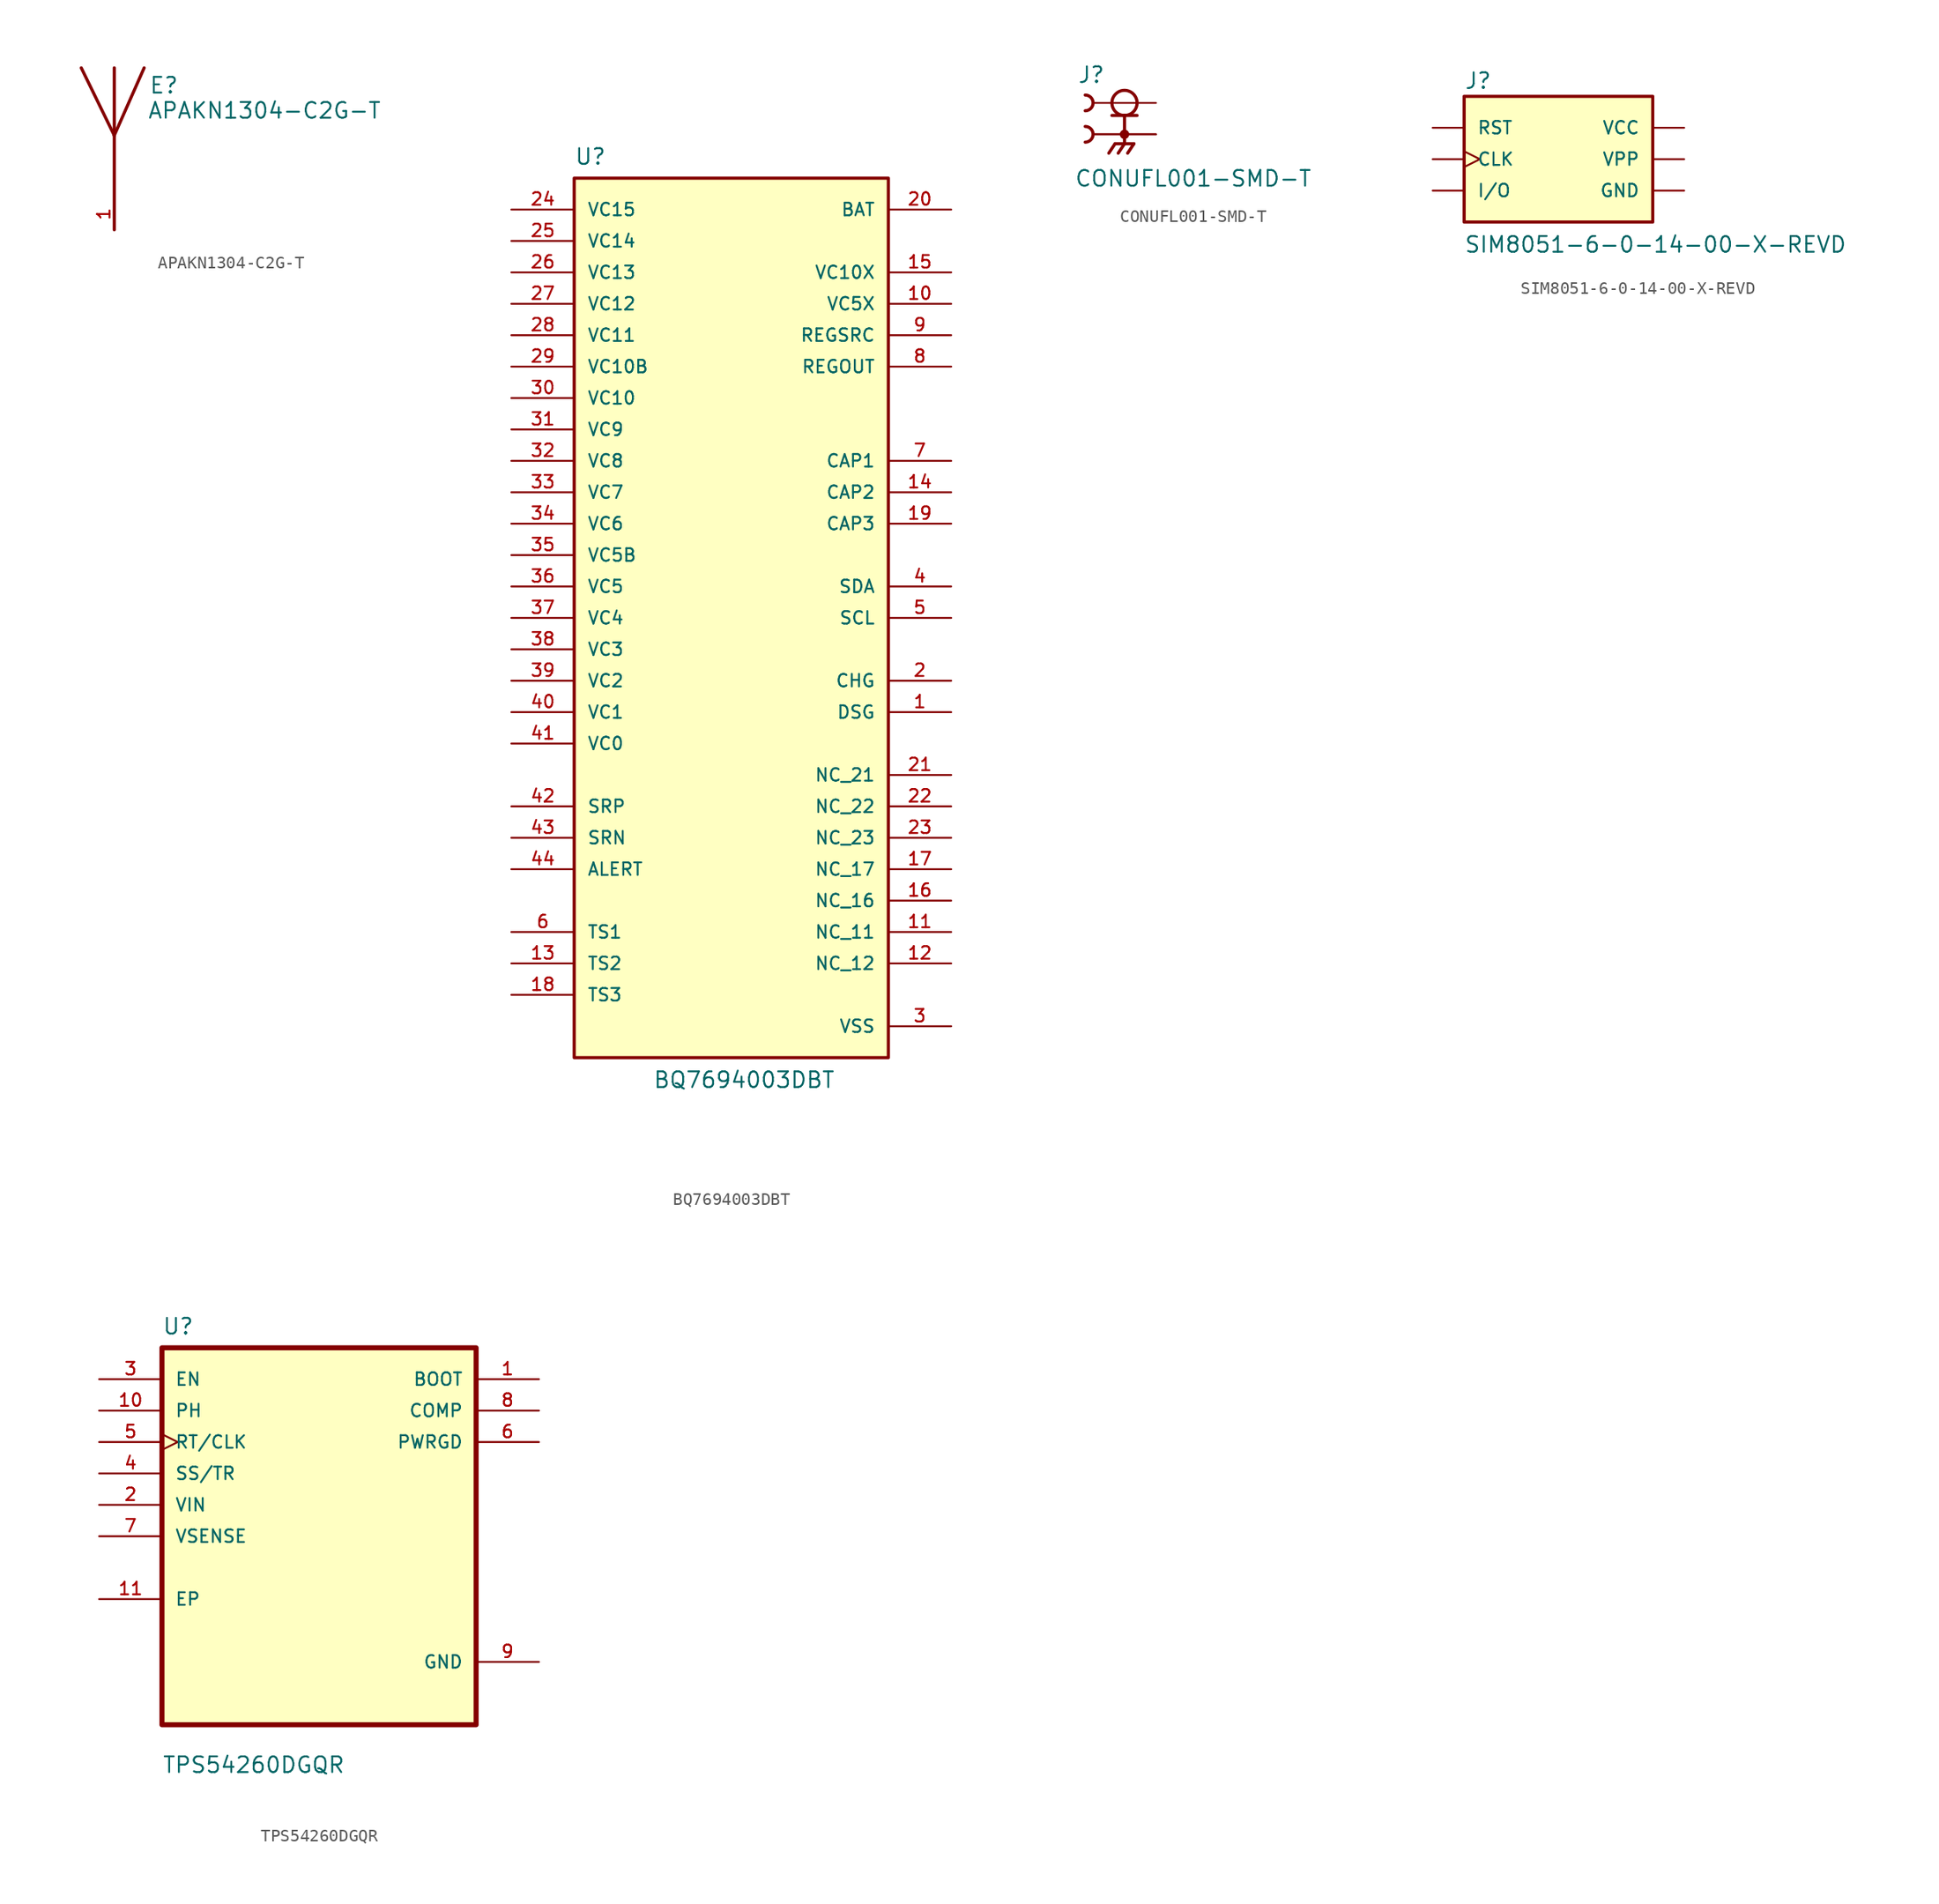
<source format=kicad_sym>
(kicad_symbol_lib
  (version 20211014)
  (generator kicad_symbol_editor)
  (symbol "APAKN1304-C2G-T"
    (pin_names
      (offset 1.016) hide)
    (property "Reference" "E"
      (at 2.794 5.842 0)
      (effects (font (size 1.27 1.27)) (justify left bottom)))
    (property "Value" "APAKN1304-C2G-T"
      (at 2.667 3.81 0)
      (effects (font (size 1.27 1.27)) (justify left bottom)))
    (property "ki_locked" ""
      (at 0 0 0)
      (effects (font (size 1.27 1.27))))
    (symbol "APAKN1304-C2G-T_0_0"
      (polyline (pts (xy 0 2.54) (xy -2.667 8.001)) (stroke (width 0.254) (type default) (color 0 0 0 0)) (fill (type none)))
      (polyline (pts (xy 0 2.54) (xy 0 -5.08)) (stroke (width 0.254) (type default) (color 0 0 0 0)) (fill (type none)))
      (polyline (pts (xy 0 8.001) (xy 0 2.54)) (stroke (width 0.254) (type default) (color 0 0 0 0)) (fill (type none)))
      (polyline (pts (xy 2.413 8.001) (xy 0 2.54)) (stroke (width 0.254) (type default) (color 0 0 0 0)) (fill (type none)))
      (pin input line (at 0 -5.08 90) (length 2.54) (name "~" (effects (font (size 1.016 1.016)))) (number "1" (effects (font (size 1.016 1.016)))))))
  (symbol "BQ7694003DBT"
    (pin_names
      (offset 1.016))
    (property "Reference" "U"
      (at -12.7 36.551 0)
      (effects (font (size 1.27 1.27)) (justify left bottom)))
    (property "Value" "BQ7694003DBT"
      (at -6.35 -38.1 0)
      (effects (font (size 1.27 1.27)) (justify left bottom)))
    (property "ki_locked" ""
      (at 0 0 0)
      (effects (font (size 1.27 1.27))))
    (symbol "BQ7694003DBT_0_0"
      (rectangle (start -12.7 -35.56) (end 12.7 35.56) (stroke (width 0.254) (type default) (color 0 0 0 0)) (fill (type background)))
      (pin output line (at 17.78 -7.62 180) (length 5.08) (name "DSG" (effects (font (size 1.016 1.016)))) (number "1" (effects (font (size 1.016 1.016)))))
      (pin power_in line (at 17.78 25.4 180) (length 5.08) (name "VC5X" (effects (font (size 1.016 1.016)))) (number "10" (effects (font (size 1.016 1.016)))))
      (pin passive line (at 17.78 -25.4 180) (length 5.08) (name "NC_11" (effects (font (size 1.016 1.016)))) (number "11" (effects (font (size 1.016 1.016)))))
      (pin passive line (at 17.78 -27.94 180) (length 5.08) (name "NC_12" (effects (font (size 1.016 1.016)))) (number "12" (effects (font (size 1.016 1.016)))))
      (pin input line (at -17.78 -27.94 0) (length 5.08) (name "TS2" (effects (font (size 1.016 1.016)))) (number "13" (effects (font (size 1.016 1.016)))))
      (pin output line (at 17.78 10.16 180) (length 5.08) (name "CAP2" (effects (font (size 1.016 1.016)))) (number "14" (effects (font (size 1.016 1.016)))))
      (pin power_in line (at 17.78 27.94 180) (length 5.08) (name "VC10X" (effects (font (size 1.016 1.016)))) (number "15" (effects (font (size 1.016 1.016)))))
      (pin passive line (at 17.78 -22.86 180) (length 5.08) (name "NC_16" (effects (font (size 1.016 1.016)))) (number "16" (effects (font (size 1.016 1.016)))))
      (pin passive line (at 17.78 -20.32 180) (length 5.08) (name "NC_17" (effects (font (size 1.016 1.016)))) (number "17" (effects (font (size 1.016 1.016)))))
      (pin input line (at -17.78 -30.48 0) (length 5.08) (name "TS3" (effects (font (size 1.016 1.016)))) (number "18" (effects (font (size 1.016 1.016)))))
      (pin output line (at 17.78 7.62 180) (length 5.08) (name "CAP3" (effects (font (size 1.016 1.016)))) (number "19" (effects (font (size 1.016 1.016)))))
      (pin output line (at 17.78 -5.08 180) (length 5.08) (name "CHG" (effects (font (size 1.016 1.016)))) (number "2" (effects (font (size 1.016 1.016)))))
      (pin power_in line (at 17.78 33.02 180) (length 5.08) (name "BAT" (effects (font (size 1.016 1.016)))) (number "20" (effects (font (size 1.016 1.016)))))
      (pin passive line (at 17.78 -12.7 180) (length 5.08) (name "NC_21" (effects (font (size 1.016 1.016)))) (number "21" (effects (font (size 1.016 1.016)))))
      (pin passive line (at 17.78 -15.24 180) (length 5.08) (name "NC_22" (effects (font (size 1.016 1.016)))) (number "22" (effects (font (size 1.016 1.016)))))
      (pin passive line (at 17.78 -17.78 180) (length 5.08) (name "NC_23" (effects (font (size 1.016 1.016)))) (number "23" (effects (font (size 1.016 1.016)))))
      (pin input line (at -17.78 33.02 0) (length 5.08) (name "VC15" (effects (font (size 1.016 1.016)))) (number "24" (effects (font (size 1.016 1.016)))))
      (pin input line (at -17.78 30.48 0) (length 5.08) (name "VC14" (effects (font (size 1.016 1.016)))) (number "25" (effects (font (size 1.016 1.016)))))
      (pin input line (at -17.78 27.94 0) (length 5.08) (name "VC13" (effects (font (size 1.016 1.016)))) (number "26" (effects (font (size 1.016 1.016)))))
      (pin input line (at -17.78 25.4 0) (length 5.08) (name "VC12" (effects (font (size 1.016 1.016)))) (number "27" (effects (font (size 1.016 1.016)))))
      (pin input line (at -17.78 22.86 0) (length 5.08) (name "VC11" (effects (font (size 1.016 1.016)))) (number "28" (effects (font (size 1.016 1.016)))))
      (pin input line (at -17.78 20.32 0) (length 5.08) (name "VC10B" (effects (font (size 1.016 1.016)))) (number "29" (effects (font (size 1.016 1.016)))))
      (pin power_in line (at 17.78 -33.02 180) (length 5.08) (name "VSS" (effects (font (size 1.016 1.016)))) (number "3" (effects (font (size 1.016 1.016)))))
      (pin input line (at -17.78 17.78 0) (length 5.08) (name "VC10" (effects (font (size 1.016 1.016)))) (number "30" (effects (font (size 1.016 1.016)))))
      (pin input line (at -17.78 15.24 0) (length 5.08) (name "VC9" (effects (font (size 1.016 1.016)))) (number "31" (effects (font (size 1.016 1.016)))))
      (pin input line (at -17.78 12.7 0) (length 5.08) (name "VC8" (effects (font (size 1.016 1.016)))) (number "32" (effects (font (size 1.016 1.016)))))
      (pin input line (at -17.78 10.16 0) (length 5.08) (name "VC7" (effects (font (size 1.016 1.016)))) (number "33" (effects (font (size 1.016 1.016)))))
      (pin input line (at -17.78 7.62 0) (length 5.08) (name "VC6" (effects (font (size 1.016 1.016)))) (number "34" (effects (font (size 1.016 1.016)))))
      (pin input line (at -17.78 5.08 0) (length 5.08) (name "VC5B" (effects (font (size 1.016 1.016)))) (number "35" (effects (font (size 1.016 1.016)))))
      (pin input line (at -17.78 2.54 0) (length 5.08) (name "VC5" (effects (font (size 1.016 1.016)))) (number "36" (effects (font (size 1.016 1.016)))))
      (pin input line (at -17.78 0 0) (length 5.08) (name "VC4" (effects (font (size 1.016 1.016)))) (number "37" (effects (font (size 1.016 1.016)))))
      (pin input line (at -17.78 -2.54 0) (length 5.08) (name "VC3" (effects (font (size 1.016 1.016)))) (number "38" (effects (font (size 1.016 1.016)))))
      (pin input line (at -17.78 -5.08 0) (length 5.08) (name "VC2" (effects (font (size 1.016 1.016)))) (number "39" (effects (font (size 1.016 1.016)))))
      (pin bidirectional line (at 17.78 2.54 180) (length 5.08) (name "SDA" (effects (font (size 1.016 1.016)))) (number "4" (effects (font (size 1.016 1.016)))))
      (pin input line (at -17.78 -7.62 0) (length 5.08) (name "VC1" (effects (font (size 1.016 1.016)))) (number "40" (effects (font (size 1.016 1.016)))))
      (pin input line (at -17.78 -10.16 0) (length 5.08) (name "VC0" (effects (font (size 1.016 1.016)))) (number "41" (effects (font (size 1.016 1.016)))))
      (pin input line (at -17.78 -15.24 0) (length 5.08) (name "SRP" (effects (font (size 1.016 1.016)))) (number "42" (effects (font (size 1.016 1.016)))))
      (pin input line (at -17.78 -17.78 0) (length 5.08) (name "SRN" (effects (font (size 1.016 1.016)))) (number "43" (effects (font (size 1.016 1.016)))))
      (pin bidirectional line (at -17.78 -20.32 0) (length 5.08) (name "ALERT" (effects (font (size 1.016 1.016)))) (number "44" (effects (font (size 1.016 1.016)))))
      (pin input line (at 17.78 0 180) (length 5.08) (name "SCL" (effects (font (size 1.016 1.016)))) (number "5" (effects (font (size 1.016 1.016)))))
      (pin input line (at -17.78 -25.4 0) (length 5.08) (name "TS1" (effects (font (size 1.016 1.016)))) (number "6" (effects (font (size 1.016 1.016)))))
      (pin output line (at 17.78 12.7 180) (length 5.08) (name "CAP1" (effects (font (size 1.016 1.016)))) (number "7" (effects (font (size 1.016 1.016)))))
      (pin power_in line (at 17.78 20.32 180) (length 5.08) (name "REGOUT" (effects (font (size 1.016 1.016)))) (number "8" (effects (font (size 1.016 1.016)))))
      (pin input line (at 17.78 22.86 180) (length 5.08) (name "REGSRC" (effects (font (size 1.016 1.016)))) (number "9" (effects (font (size 1.016 1.016)))))))
  (symbol "CONUFL001-SMD-T"
    (pin_numbers hide)
    (pin_names
      (offset 1.016) hide)
    (property "Reference" "J"
      (at -3.81 4.064 0)
      (effects (font (size 1.27 1.27)) (justify left bottom)))
    (property "Value" "CONUFL001-SMD-T"
      (at -4.064 -4.318 0)
      (effects (font (size 1.27 1.27)) (justify left bottom)))
    (property "ki_locked" ""
      (at 0 0 0)
      (effects (font (size 1.27 1.27))))
    (symbol "CONUFL001-SMD-T_0_0"
      (arc (start -3.175 -0.635) (mid -2.54 0) (end -3.175 0.635) (stroke (width 0.254) (type default) (color 0 0 0 0)) (fill (type none)))
      (arc (start -3.175 1.905) (mid -2.54 2.54) (end -3.175 3.175) (stroke (width 0.254) (type default) (color 0 0 0 0)) (fill (type none)))
      (polyline (pts (xy -1.016 1.524) (xy 0 1.524)) (stroke (width 0.254) (type default) (color 0 0 0 0)) (fill (type none)))
      (polyline (pts (xy -0.762 -0.762) (xy -1.27 -1.524)) (stroke (width 0.254) (type default) (color 0 0 0 0)) (fill (type none)))
      (polyline (pts (xy 0 -0.762) (xy -0.762 -0.762)) (stroke (width 0.254) (type default) (color 0 0 0 0)) (fill (type none)))
      (polyline (pts (xy 0 -0.762) (xy -0.508 -1.524)) (stroke (width 0.254) (type default) (color 0 0 0 0)) (fill (type none)))
      (polyline (pts (xy 0 -0.762) (xy 0.762 -0.762)) (stroke (width 0.254) (type default) (color 0 0 0 0)) (fill (type none)))
      (polyline (pts (xy 0 1.524) (xy 0 -0.762)) (stroke (width 0.254) (type default) (color 0 0 0 0)) (fill (type none)))
      (polyline (pts (xy 0 1.524) (xy 1.016 1.524)) (stroke (width 0.254) (type default) (color 0 0 0 0)) (fill (type none)))
      (polyline (pts (xy 0.762 -0.762) (xy 0.254 -1.524)) (stroke (width 0.254) (type default) (color 0 0 0 0)) (fill (type none)))
      (circle (center 0 0) (radius 0.254) (stroke (width 0.254) (type default) (color 0 0 0 0)) (fill (type none)))
      (circle (center 0 2.54) (radius 1.016) (stroke (width 0.254) (type default) (color 0 0 0 0)) (fill (type none)))
      (pin passive line (at 2.54 2.54 180) (length 5.08) (name "~" (effects (font (size 1.016 1.016)))) (number "1" (effects (font (size 1.016 1.016)))))
      (pin passive line (at 2.54 0 180) (length 5.08) (name "~" (effects (font (size 1.016 1.016)))) (number "2" (effects (font (size 1.016 1.016)))))
      (pin passive line (at 2.54 0 180) (length 5.08) (name "~" (effects (font (size 1.016 1.016)))) (number "3" (effects (font (size 1.016 1.016)))))))
  (symbol "SIM8051-6-0-14-00-X-REVD"
    (pin_numbers hide)
    (pin_names
      (offset 1.016))
    (property "Reference" "J"
      (at -7.62 5.588 0)
      (effects (font (size 1.27 1.27)) (justify left bottom)))
    (property "Value" "SIM8051-6-0-14-00-X-REVD"
      (at -7.645 -7.645 0)
      (effects (font (size 1.27 1.27)) (justify left bottom)))
    (property "ki_locked" ""
      (at 0 0 0)
      (effects (font (size 1.27 1.27))))
    (symbol "SIM8051-6-0-14-00-X-REVD_0_0"
      (rectangle (start -7.62 -5.08) (end 7.62 5.08) (stroke (width 0.254) (type default) (color 0 0 0 0)) (fill (type background)))
      (pin power_in line (at 10.16 2.54 180) (length 2.54) (name "VCC" (effects (font (size 1.016 1.016)))) (number "C1" (effects (font (size 1.016 1.016)))))
      (pin input line (at -10.16 2.54 0) (length 2.54) (name "RST" (effects (font (size 1.016 1.016)))) (number "C2" (effects (font (size 1.016 1.016)))))
      (pin input clock (at -10.16 0 0) (length 2.54) (name "CLK" (effects (font (size 1.016 1.016)))) (number "C3" (effects (font (size 1.016 1.016)))))
      (pin power_in line (at 10.16 -2.54 180) (length 2.54) (name "GND" (effects (font (size 1.016 1.016)))) (number "C5" (effects (font (size 1.016 1.016)))))
      (pin power_in line (at 10.16 0 180) (length 2.54) (name "VPP" (effects (font (size 1.016 1.016)))) (number "C6" (effects (font (size 1.016 1.016)))))
      (pin bidirectional line (at -10.16 -2.54 0) (length 2.54) (name "I/O" (effects (font (size 1.016 1.016)))) (number "C7" (effects (font (size 1.016 1.016)))))))
  (symbol "TPS54260DGQR"
    (pin_names
      (offset 1.016))
    (property "Reference" "U"
      (at -12.7 16.231 0)
      (effects (font (size 1.27 1.27)) (justify left bottom)))
    (property "Value" "TPS54260DGQR"
      (at -12.7 -19.228 0)
      (effects (font (size 1.27 1.27)) (justify left bottom)))
    (property "ki_locked" ""
      (at 0 0 0)
      (effects (font (size 1.27 1.27))))
    (symbol "TPS54260DGQR_0_0"
      (rectangle (start -12.7 -15.24) (end 12.7 15.24) (stroke (width 0.406) (type default) (color 0 0 0 0)) (fill (type background)))
      (pin output line (at 17.78 12.7 180) (length 5.08) (name "BOOT" (effects (font (size 1.016 1.016)))) (number "1" (effects (font (size 1.016 1.016)))))
      (pin input line (at -17.78 10.16 0) (length 5.08) (name "PH" (effects (font (size 1.016 1.016)))) (number "10" (effects (font (size 1.016 1.016)))))
      (pin bidirectional line (at -17.78 -5.08 0) (length 5.08) (name "EP" (effects (font (size 1.016 1.016)))) (number "11" (effects (font (size 1.016 1.016)))))
      (pin input line (at -17.78 2.54 0) (length 5.08) (name "VIN" (effects (font (size 1.016 1.016)))) (number "2" (effects (font (size 1.016 1.016)))))
      (pin input line (at -17.78 12.7 0) (length 5.08) (name "EN" (effects (font (size 1.016 1.016)))) (number "3" (effects (font (size 1.016 1.016)))))
      (pin input line (at -17.78 5.08 0) (length 5.08) (name "SS/TR" (effects (font (size 1.016 1.016)))) (number "4" (effects (font (size 1.016 1.016)))))
      (pin input clock (at -17.78 7.62 0) (length 5.08) (name "RT/CLK" (effects (font (size 1.016 1.016)))) (number "5" (effects (font (size 1.016 1.016)))))
      (pin output line (at 17.78 7.62 180) (length 5.08) (name "PWRGD" (effects (font (size 1.016 1.016)))) (number "6" (effects (font (size 1.016 1.016)))))
      (pin input line (at -17.78 0 0) (length 5.08) (name "VSENSE" (effects (font (size 1.016 1.016)))) (number "7" (effects (font (size 1.016 1.016)))))
      (pin output line (at 17.78 10.16 180) (length 5.08) (name "COMP" (effects (font (size 1.016 1.016)))) (number "8" (effects (font (size 1.016 1.016)))))
      (pin power_in line (at 17.78 -10.16 180) (length 5.08) (name "GND" (effects (font (size 1.016 1.016)))) (number "9" (effects (font (size 1.016 1.016))))))))
</source>
